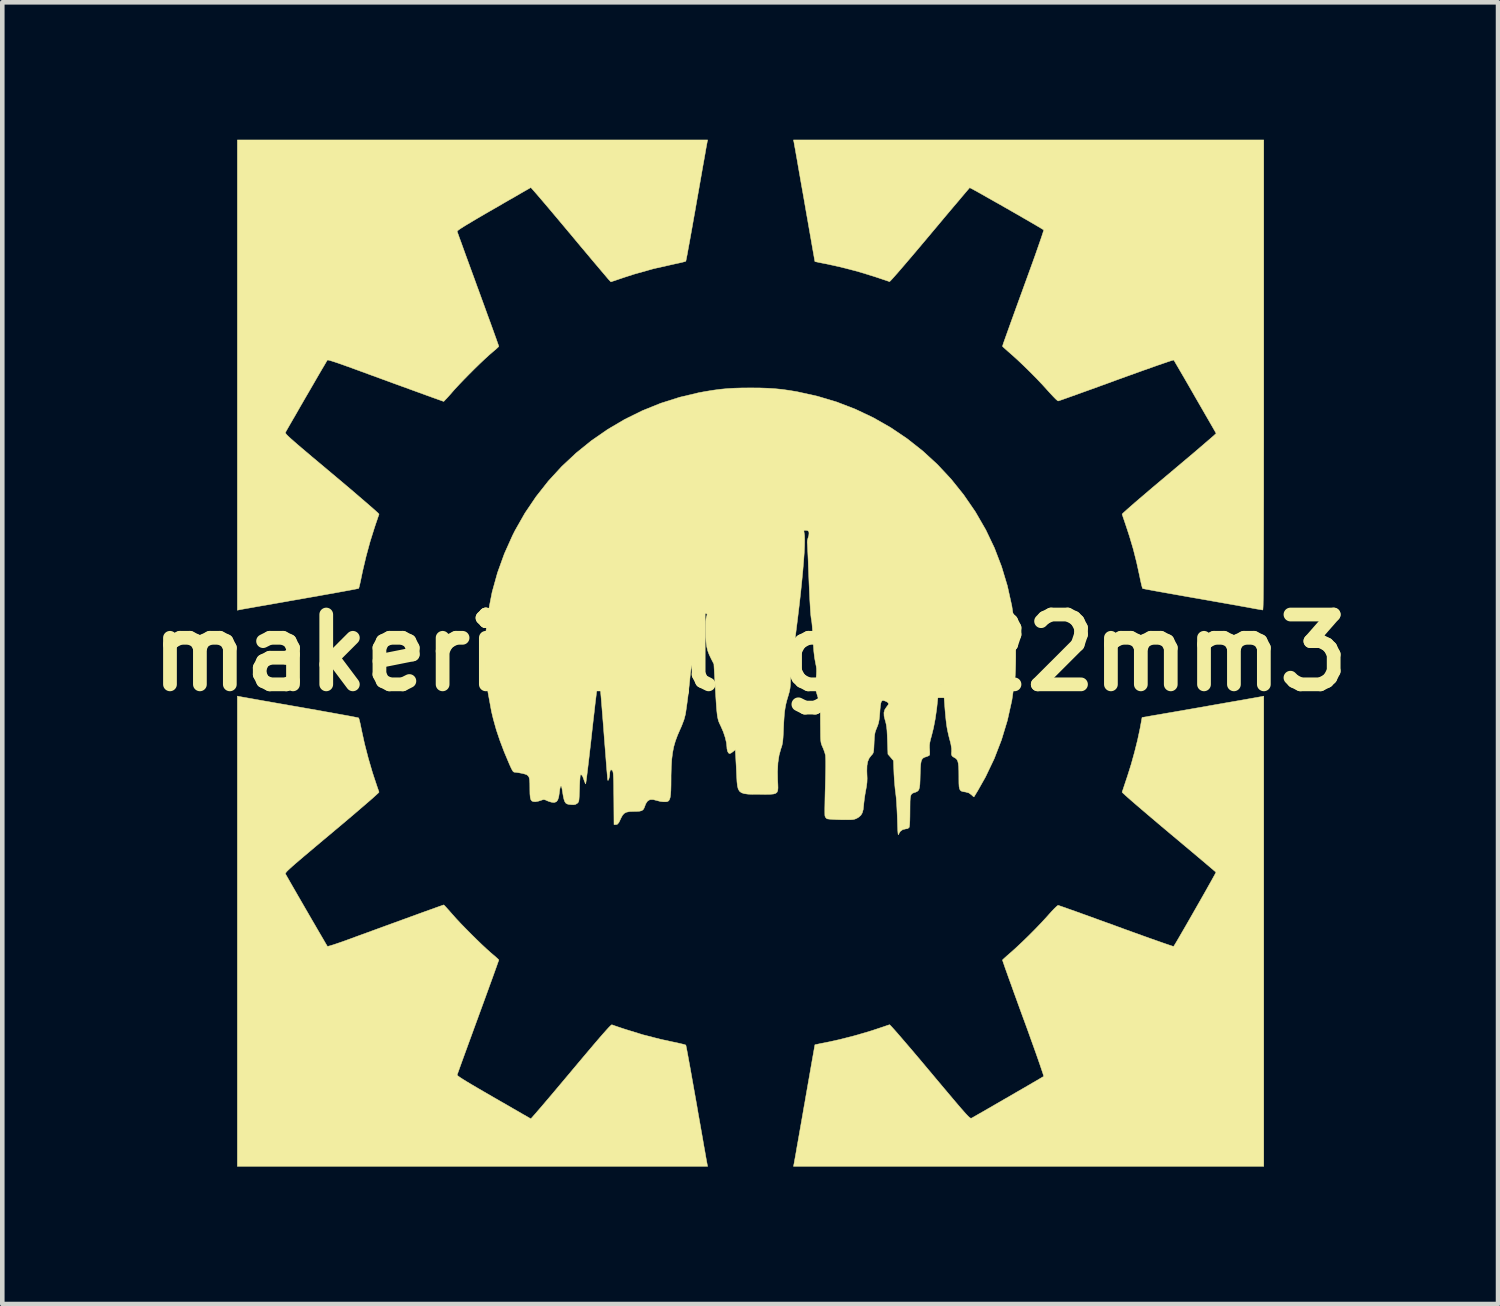
<source format=kicad_pcb>
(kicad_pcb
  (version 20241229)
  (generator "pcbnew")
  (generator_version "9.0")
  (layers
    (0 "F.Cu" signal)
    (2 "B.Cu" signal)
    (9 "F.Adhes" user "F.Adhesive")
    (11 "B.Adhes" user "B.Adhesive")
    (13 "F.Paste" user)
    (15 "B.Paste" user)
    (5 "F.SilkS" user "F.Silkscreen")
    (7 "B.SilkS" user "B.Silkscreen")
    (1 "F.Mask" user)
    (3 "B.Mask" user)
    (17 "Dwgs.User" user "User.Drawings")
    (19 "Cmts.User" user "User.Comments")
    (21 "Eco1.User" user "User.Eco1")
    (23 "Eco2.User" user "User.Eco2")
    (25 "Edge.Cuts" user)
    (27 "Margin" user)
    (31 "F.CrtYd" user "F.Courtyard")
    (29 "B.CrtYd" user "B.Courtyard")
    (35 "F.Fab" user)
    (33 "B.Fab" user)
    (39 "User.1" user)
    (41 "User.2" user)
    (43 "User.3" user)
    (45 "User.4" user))
  (footprint "makeriga_logo_22mm3"
    (layer "F.Cu")
    (at 13.324 11.198)
    (property "Reference" "makeriga_logo_22mm3" (at 0 0 0) (layer "F.SilkS") (effects (font (size 1.524 1.524) (thickness 0.3))))
    (attr through_hole)
    (fp_poly (pts (xy -0.937 -11.155) (xy -0.941 -11.132) (xy -0.951 -11.079) (xy -0.966 -10.998) (xy -0.984 -10.891) (xy -1.007 -10.762) (xy -1.034 -10.613) (xy -1.063 -10.446) (xy -1.095 -10.264) (xy -1.129 -10.07) (xy -1.165 -9.867) (xy -1.17 -9.838) (xy -1.205 -9.635) (xy -1.24 -9.441) (xy -1.272 -9.259) (xy -1.302 -9.092) (xy -1.329 -8.942) (xy -1.353 -8.813) (xy -1.372 -8.706) (xy -1.388 -8.625) (xy -1.399 -8.571) (xy -1.404 -8.547) (xy -1.405 -8.547) (xy -1.425 -8.539) (xy -1.472 -8.526) (xy -1.54 -8.51) (xy -1.624 -8.492) (xy -1.669 -8.482) (xy -2.109 -8.383) (xy -2.539 -8.262) (xy -2.743 -8.196) (xy -3.04 -8.096) (xy -3.084 -8.142) (xy -3.102 -8.162) (xy -3.139 -8.206) (xy -3.195 -8.272) (xy -3.267 -8.357) (xy -3.354 -8.46) (xy -3.454 -8.578) (xy -3.564 -8.71) (xy -3.684 -8.852) (xy -3.811 -9.004) (xy -3.943 -9.163) (xy -3.953 -9.174) (xy -4.085 -9.332) (xy -4.21 -9.481) (xy -4.328 -9.621) (xy -4.436 -9.749) (xy -4.533 -9.863) (xy -4.617 -9.961) (xy -4.686 -10.041) (xy -4.739 -10.101) (xy -4.773 -10.14) (xy -4.788 -10.154) (xy -4.789 -10.154) (xy -4.805 -10.145) (xy -4.848 -10.12) (xy -4.915 -10.082) (xy -5.004 -10.031) (xy -5.11 -9.969) (xy -5.233 -9.899) (xy -5.369 -9.821) (xy -5.514 -9.736) (xy -5.602 -9.686) (xy -5.786 -9.58) (xy -5.942 -9.489) (xy -6.071 -9.412) (xy -6.177 -9.349) (xy -6.259 -9.299) (xy -6.321 -9.259) (xy -6.363 -9.23) (xy -6.387 -9.21) (xy -6.396 -9.198) (xy -6.396 -9.197) (xy -6.389 -9.177) (xy -6.371 -9.127) (xy -6.344 -9.051) (xy -6.307 -8.951) (xy -6.263 -8.829) (xy -6.212 -8.687) (xy -6.154 -8.529) (xy -6.091 -8.356) (xy -6.023 -8.171) (xy -5.953 -7.977) (xy -5.937 -7.935) (xy -5.866 -7.74) (xy -5.798 -7.554) (xy -5.735 -7.379) (xy -5.676 -7.219) (xy -5.624 -7.075) (xy -5.579 -6.95) (xy -5.542 -6.847) (xy -5.514 -6.767) (xy -5.495 -6.714) (xy -5.487 -6.69) (xy -5.486 -6.689) (xy -5.499 -6.673) (xy -5.532 -6.642) (xy -5.58 -6.6) (xy -5.618 -6.568) (xy -5.697 -6.5) (xy -5.793 -6.412) (xy -5.902 -6.309) (xy -6.018 -6.196) (xy -6.135 -6.079) (xy -6.25 -5.962) (xy -6.356 -5.851) (xy -6.449 -5.751) (xy -6.498 -5.695) (xy -6.559 -5.625) (xy -6.613 -5.565) (xy -6.656 -5.52) (xy -6.682 -5.492) (xy -6.69 -5.486) (xy -6.708 -5.492) (xy -6.756 -5.509) (xy -6.832 -5.536) (xy -6.935 -5.573) (xy -7.062 -5.619) (xy -7.213 -5.674) (xy -7.386 -5.737) (xy -7.578 -5.807) (xy -7.788 -5.883) (xy -8.014 -5.966) (xy -8.255 -6.054) (xy -8.508 -6.147) (xy -8.773 -6.244) (xy -8.794 -6.251) (xy -8.908 -6.292) (xy -9.011 -6.328) (xy -9.099 -6.357) (xy -9.167 -6.378) (xy -9.211 -6.389) (xy -9.228 -6.39) (xy -9.238 -6.374) (xy -9.263 -6.331) (xy -9.301 -6.266) (xy -9.351 -6.182) (xy -9.41 -6.081) (xy -9.476 -5.967) (xy -9.547 -5.844) (xy -9.622 -5.715) (xy -9.699 -5.583) (xy -9.775 -5.451) (xy -9.849 -5.323) (xy -9.918 -5.202) (xy -9.982 -5.092) (xy -10.038 -4.995) (xy -10.084 -4.915) (xy -10.118 -4.855) (xy -10.138 -4.819) (xy -10.14 -4.814) (xy -10.143 -4.806) (xy -10.142 -4.797) (xy -10.135 -4.784) (xy -10.122 -4.766) (xy -10.099 -4.742) (xy -10.067 -4.711) (xy -10.022 -4.67) (xy -9.964 -4.619) (xy -9.891 -4.555) (xy -9.801 -4.478) (xy -9.692 -4.386) (xy -9.564 -4.277) (xy -9.413 -4.151) (xy -9.239 -4.005) (xy -9.126 -3.91) (xy -8.965 -3.775) (xy -8.812 -3.646) (xy -8.668 -3.524) (xy -8.537 -3.411) (xy -8.419 -3.31) (xy -8.316 -3.221) (xy -8.231 -3.147) (xy -8.166 -3.089) (xy -8.122 -3.049) (xy -8.102 -3.027) (xy -8.101 -3.025) (xy -8.108 -3.003) (xy -8.125 -2.955) (xy -8.148 -2.886) (xy -8.177 -2.802) (xy -8.202 -2.726) (xy -8.297 -2.423) (xy -8.383 -2.106) (xy -8.457 -1.793) (xy -8.484 -1.664) (xy -8.502 -1.576) (xy -8.519 -1.501) (xy -8.533 -1.443) (xy -8.543 -1.41) (xy -8.546 -1.405) (xy -8.565 -1.4) (xy -8.614 -1.39) (xy -8.691 -1.375) (xy -8.794 -1.356) (xy -8.92 -1.333) (xy -9.067 -1.306) (xy -9.231 -1.277) (xy -9.411 -1.245) (xy -9.603 -1.211) (xy -9.806 -1.175) (xy -9.838 -1.169) (xy -10.043 -1.134) (xy -10.238 -1.099) (xy -10.421 -1.067) (xy -10.591 -1.037) (xy -10.743 -1.011) (xy -10.875 -0.987) (xy -10.985 -0.968) (xy -11.07 -0.953) (xy -11.127 -0.942) (xy -11.154 -0.937) (xy -11.155 -0.937) (xy -11.193 -0.928) (xy -11.193 -11.193) (xy -0.928 -11.193) (xy -0.937 -11.155)) (stroke (width 0.01) (type solid)) (fill yes) (layer "F.SilkS"))
    (fp_poly (pts (xy 11.21 11.21) (xy 0.945 11.21) (xy 0.953 11.172) (xy 0.958 11.149) (xy 0.967 11.096) (xy 0.982 11.015) (xy 1.001 10.908) (xy 1.023 10.779) (xy 1.05 10.629) (xy 1.079 10.462) (xy 1.111 10.28) (xy 1.145 10.086) (xy 1.18 9.882) (xy 1.187 9.847) (xy 1.222 9.643) (xy 1.256 9.449) (xy 1.288 9.267) (xy 1.317 9.1) (xy 1.343 8.951) (xy 1.366 8.822) (xy 1.385 8.715) (xy 1.399 8.634) (xy 1.409 8.58) (xy 1.413 8.557) (xy 1.413 8.556) (xy 1.43 8.552) (xy 1.473 8.543) (xy 1.538 8.529) (xy 1.618 8.514) (xy 1.643 8.509) (xy 1.949 8.443) (xy 2.266 8.362) (xy 2.581 8.271) (xy 2.718 8.227) (xy 2.814 8.195) (xy 2.901 8.166) (xy 2.971 8.142) (xy 3.019 8.126) (xy 3.042 8.118) (xy 3.042 8.118) (xy 3.055 8.129) (xy 3.089 8.165) (xy 3.141 8.222) (xy 3.21 8.3) (xy 3.293 8.396) (xy 3.39 8.509) (xy 3.499 8.636) (xy 3.617 8.775) (xy 3.744 8.925) (xy 3.877 9.084) (xy 3.927 9.143) (xy 4.085 9.332) (xy 4.223 9.496) (xy 4.342 9.637) (xy 4.443 9.757) (xy 4.529 9.858) (xy 4.6 9.941) (xy 4.658 10.007) (xy 4.705 10.06) (xy 4.742 10.099) (xy 4.77 10.127) (xy 4.791 10.145) (xy 4.807 10.156) (xy 4.818 10.16) (xy 4.827 10.159) (xy 4.831 10.158) (xy 4.86 10.142) (xy 4.913 10.112) (xy 4.987 10.069) (xy 5.079 10.017) (xy 5.186 9.955) (xy 5.304 9.887) (xy 5.43 9.814) (xy 5.561 9.738) (xy 5.694 9.662) (xy 5.824 9.586) (xy 5.949 9.514) (xy 6.066 9.446) (xy 6.17 9.385) (xy 6.26 9.333) (xy 6.331 9.291) (xy 6.38 9.262) (xy 6.405 9.247) (xy 6.407 9.246) (xy 6.403 9.228) (xy 6.389 9.181) (xy 6.364 9.107) (xy 6.331 9.009) (xy 6.289 8.888) (xy 6.24 8.748) (xy 6.184 8.591) (xy 6.122 8.419) (xy 6.056 8.234) (xy 5.985 8.04) (xy 5.961 7.975) (xy 5.889 7.778) (xy 5.821 7.59) (xy 5.757 7.414) (xy 5.699 7.251) (xy 5.646 7.106) (xy 5.601 6.979) (xy 5.563 6.873) (xy 5.535 6.791) (xy 5.516 6.736) (xy 5.507 6.709) (xy 5.507 6.706) (xy 5.521 6.691) (xy 5.556 6.659) (xy 5.607 6.613) (xy 5.669 6.559) (xy 5.69 6.541) (xy 5.809 6.434) (xy 5.943 6.308) (xy 6.085 6.17) (xy 6.228 6.026) (xy 6.364 5.884) (xy 6.487 5.75) (xy 6.518 5.715) (xy 6.58 5.646) (xy 6.636 5.587) (xy 6.682 5.543) (xy 6.713 5.517) (xy 6.722 5.513) (xy 6.742 5.519) (xy 6.791 5.536) (xy 6.867 5.562) (xy 6.967 5.598) (xy 7.089 5.641) (xy 7.23 5.692) (xy 7.389 5.749) (xy 7.562 5.812) (xy 7.747 5.879) (xy 7.941 5.949) (xy 7.99 5.967) (xy 8.186 6.039) (xy 8.372 6.106) (xy 8.547 6.169) (xy 8.708 6.227) (xy 8.853 6.278) (xy 8.978 6.322) (xy 9.082 6.358) (xy 9.162 6.385) (xy 9.216 6.403) (xy 9.241 6.41) (xy 9.242 6.41) (xy 9.255 6.391) (xy 9.282 6.347) (xy 9.322 6.28) (xy 9.372 6.194) (xy 9.431 6.092) (xy 9.498 5.977) (xy 9.569 5.853) (xy 9.644 5.722) (xy 9.72 5.589) (xy 9.796 5.456) (xy 9.87 5.326) (xy 9.94 5.203) (xy 10.003 5.09) (xy 10.059 4.991) (xy 10.105 4.908) (xy 10.14 4.845) (xy 10.161 4.804) (xy 10.167 4.79) (xy 10.154 4.778) (xy 10.116 4.746) (xy 10.056 4.695) (xy 9.976 4.627) (xy 9.878 4.544) (xy 9.764 4.448) (xy 9.636 4.34) (xy 9.496 4.223) (xy 9.345 4.096) (xy 9.186 3.963) (xy 9.135 3.92) (xy 8.974 3.785) (xy 8.822 3.656) (xy 8.679 3.535) (xy 8.548 3.423) (xy 8.431 3.323) (xy 8.329 3.235) (xy 8.245 3.161) (xy 8.181 3.104) (xy 8.138 3.064) (xy 8.119 3.044) (xy 8.118 3.042) (xy 8.125 3.021) (xy 8.142 2.972) (xy 8.165 2.902) (xy 8.194 2.815) (xy 8.227 2.716) (xy 8.235 2.692) (xy 8.316 2.435) (xy 8.39 2.168) (xy 8.456 1.904) (xy 8.509 1.656) (xy 8.518 1.608) (xy 8.554 1.412) (xy 8.819 1.366) (xy 8.923 1.349) (xy 9.047 1.327) (xy 9.188 1.303) (xy 9.343 1.276) (xy 9.509 1.247) (xy 9.682 1.217) (xy 9.86 1.186) (xy 10.039 1.154) (xy 10.215 1.123) (xy 10.386 1.093) (xy 10.548 1.065) (xy 10.698 1.039) (xy 10.833 1.015) (xy 10.949 0.994) (xy 11.043 0.978) (xy 11.113 0.965) (xy 11.154 0.958) (xy 11.163 0.956) (xy 11.21 0.946) (xy 11.21 11.21)) (stroke (width 0.01) (type solid)) (fill yes) (layer "F.SilkS"))
    (fp_poly (pts (xy -11.155 0.954) (xy -11.132 0.958) (xy -11.079 0.968) (xy -10.998 0.982) (xy -10.891 1.001) (xy -10.762 1.024) (xy -10.613 1.051) (xy -10.446 1.08) (xy -10.264 1.112) (xy -10.07 1.146) (xy -9.867 1.181) (xy -9.838 1.186) (xy -9.635 1.222) (xy -9.441 1.256) (xy -9.259 1.289) (xy -9.092 1.319) (xy -8.942 1.346) (xy -8.813 1.369) (xy -8.706 1.389) (xy -8.624 1.405) (xy -8.57 1.416) (xy -8.547 1.422) (xy -8.546 1.422) (xy -8.538 1.442) (xy -8.525 1.49) (xy -8.509 1.558) (xy -8.492 1.641) (xy -8.484 1.681) (xy -8.417 1.987) (xy -8.335 2.304) (xy -8.244 2.615) (xy -8.202 2.743) (xy -8.171 2.836) (xy -8.144 2.917) (xy -8.121 2.983) (xy -8.106 3.026) (xy -8.101 3.042) (xy -8.112 3.055) (xy -8.148 3.089) (xy -8.205 3.141) (xy -8.283 3.21) (xy -8.379 3.293) (xy -8.492 3.39) (xy -8.619 3.499) (xy -8.758 3.617) (xy -8.908 3.744) (xy -9.067 3.877) (xy -9.126 3.927) (xy -9.315 4.085) (xy -9.479 4.223) (xy -9.62 4.342) (xy -9.74 4.443) (xy -9.841 4.529) (xy -9.924 4.6) (xy -9.99 4.658) (xy -10.042 4.705) (xy -10.082 4.742) (xy -10.11 4.77) (xy -10.128 4.791) (xy -10.139 4.807) (xy -10.143 4.818) (xy -10.142 4.827) (xy -10.14 4.831) (xy -10.124 4.861) (xy -10.093 4.915) (xy -10.05 4.99) (xy -9.997 5.083) (xy -9.935 5.19) (xy -9.867 5.309) (xy -9.794 5.435) (xy -9.718 5.566) (xy -9.641 5.699) (xy -9.566 5.829) (xy -9.493 5.954) (xy -9.426 6.07) (xy -9.365 6.174) (xy -9.313 6.263) (xy -9.272 6.334) (xy -9.243 6.382) (xy -9.229 6.406) (xy -9.228 6.407) (xy -9.209 6.406) (xy -9.162 6.393) (xy -9.093 6.372) (xy -9.004 6.342) (xy -8.899 6.306) (xy -8.794 6.268) (xy -8.582 6.19) (xy -8.37 6.113) (xy -8.16 6.036) (xy -7.955 5.961) (xy -7.757 5.889) (xy -7.568 5.82) (xy -7.392 5.756) (xy -7.23 5.697) (xy -7.084 5.644) (xy -6.958 5.599) (xy -6.853 5.561) (xy -6.772 5.532) (xy -6.717 5.513) (xy -6.691 5.504) (xy -6.689 5.503) (xy -6.675 5.515) (xy -6.643 5.549) (xy -6.597 5.6) (xy -6.541 5.663) (xy -6.498 5.712) (xy -6.416 5.804) (xy -6.318 5.909) (xy -6.208 6.022) (xy -6.091 6.14) (xy -5.974 6.256) (xy -5.86 6.366) (xy -5.755 6.464) (xy -5.665 6.545) (xy -5.618 6.585) (xy -5.562 6.632) (xy -5.519 6.671) (xy -5.492 6.697) (xy -5.486 6.706) (xy -5.492 6.723) (xy -5.509 6.77) (xy -5.535 6.844) (xy -5.57 6.942) (xy -5.613 7.062) (xy -5.664 7.202) (xy -5.721 7.359) (xy -5.783 7.53) (xy -5.85 7.714) (xy -5.921 7.907) (xy -5.937 7.952) (xy -6.009 8.148) (xy -6.077 8.335) (xy -6.141 8.51) (xy -6.2 8.672) (xy -6.253 8.817) (xy -6.299 8.944) (xy -6.337 9.049) (xy -6.366 9.131) (xy -6.386 9.186) (xy -6.395 9.212) (xy -6.396 9.213) (xy -6.391 9.224) (xy -6.37 9.242) (xy -6.332 9.269) (xy -6.275 9.306) (xy -6.198 9.354) (xy -6.098 9.414) (xy -5.974 9.487) (xy -5.825 9.574) (xy -5.648 9.676) (xy -5.602 9.703) (xy -5.451 9.79) (xy -5.309 9.871) (xy -5.179 9.947) (xy -5.063 10.013) (xy -4.964 10.071) (xy -4.884 10.116) (xy -4.827 10.149) (xy -4.795 10.168) (xy -4.789 10.171) (xy -4.776 10.16) (xy -4.744 10.124) (xy -4.693 10.066) (xy -4.626 9.988) (xy -4.543 9.892) (xy -4.447 9.779) (xy -4.339 9.652) (xy -4.221 9.512) (xy -4.095 9.362) (xy -3.962 9.204) (xy -3.911 9.143) (xy -3.746 8.946) (xy -3.601 8.774) (xy -3.475 8.625) (xy -3.368 8.499) (xy -3.277 8.393) (xy -3.202 8.307) (xy -3.141 8.239) (xy -3.094 8.187) (xy -3.059 8.151) (xy -3.035 8.129) (xy -3.021 8.12) (xy -3.017 8.12) (xy -2.992 8.129) (xy -2.941 8.147) (xy -2.87 8.171) (xy -2.784 8.2) (xy -2.716 8.222) (xy -2.34 8.338) (xy -1.962 8.435) (xy -1.695 8.493) (xy -1.602 8.512) (xy -1.521 8.531) (xy -1.457 8.546) (xy -1.417 8.558) (xy -1.405 8.563) (xy -1.4 8.581) (xy -1.39 8.631) (xy -1.375 8.708) (xy -1.356 8.811) (xy -1.333 8.937) (xy -1.306 9.084) (xy -1.277 9.248) (xy -1.245 9.428) (xy -1.211 9.62) (xy -1.175 9.822) (xy -1.169 9.855) (xy -1.134 10.06) (xy -1.099 10.255) (xy -1.067 10.438) (xy -1.037 10.608) (xy -1.011 10.76) (xy -0.987 10.892) (xy -0.968 11.002) (xy -0.953 11.087) (xy -0.942 11.144) (xy -0.937 11.171) (xy -0.937 11.172) (xy -0.928 11.21) (xy -11.193 11.21) (xy -11.193 0.945) (xy -11.155 0.954)) (stroke (width 0.01) (type solid)) (fill yes) (layer "F.SilkS"))
    (fp_poly (pts (xy 11.21 -6.062) (xy 11.21 -5.551) (xy 11.21 -5.073) (xy 11.21 -4.627) (xy 11.209 -4.212) (xy 11.209 -3.827) (xy 11.209 -3.471) (xy 11.208 -3.143) (xy 11.208 -2.842) (xy 11.207 -2.568) (xy 11.207 -2.318) (xy 11.206 -2.093) (xy 11.205 -1.891) (xy 11.204 -1.712) (xy 11.203 -1.554) (xy 11.202 -1.416) (xy 11.201 -1.298) (xy 11.2 -1.198) (xy 11.198 -1.116) (xy 11.197 -1.05) (xy 11.195 -1) (xy 11.193 -0.964) (xy 11.191 -0.943) (xy 11.189 -0.934) (xy 11.189 -0.933) (xy 11.166 -0.937) (xy 11.115 -0.946) (xy 11.043 -0.958) (xy 10.955 -0.974) (xy 10.871 -0.99) (xy 10.799 -1.003) (xy 10.697 -1.021) (xy 10.571 -1.044) (xy 10.423 -1.07) (xy 10.259 -1.099) (xy 10.082 -1.13) (xy 9.897 -1.163) (xy 9.707 -1.196) (xy 9.576 -1.219) (xy 9.396 -1.251) (xy 9.227 -1.281) (xy 9.07 -1.309) (xy 8.929 -1.334) (xy 8.807 -1.356) (xy 8.706 -1.375) (xy 8.631 -1.389) (xy 8.582 -1.399) (xy 8.565 -1.404) (xy 8.558 -1.423) (xy 8.545 -1.47) (xy 8.529 -1.538) (xy 8.511 -1.622) (xy 8.5 -1.676) (xy 8.434 -1.978) (xy 8.362 -2.262) (xy 8.278 -2.545) (xy 8.227 -2.701) (xy 8.195 -2.797) (xy 8.166 -2.883) (xy 8.142 -2.953) (xy 8.126 -3.002) (xy 8.118 -3.024) (xy 8.118 -3.024) (xy 8.129 -3.038) (xy 8.165 -3.072) (xy 8.222 -3.123) (xy 8.3 -3.192) (xy 8.396 -3.276) (xy 8.509 -3.373) (xy 8.636 -3.481) (xy 8.775 -3.6) (xy 8.925 -3.726) (xy 9.084 -3.86) (xy 9.144 -3.91) (xy 9.305 -4.046) (xy 9.458 -4.175) (xy 9.602 -4.296) (xy 9.734 -4.408) (xy 9.852 -4.509) (xy 9.954 -4.597) (xy 10.039 -4.67) (xy 10.105 -4.727) (xy 10.149 -4.767) (xy 10.17 -4.787) (xy 10.171 -4.789) (xy 10.053 -4.995) (xy 9.938 -5.194) (xy 9.828 -5.385) (xy 9.724 -5.565) (xy 9.628 -5.733) (xy 9.539 -5.887) (xy 9.46 -6.024) (xy 9.391 -6.142) (xy 9.334 -6.24) (xy 9.29 -6.315) (xy 9.261 -6.365) (xy 9.246 -6.388) (xy 9.245 -6.39) (xy 9.228 -6.386) (xy 9.181 -6.372) (xy 9.107 -6.348) (xy 9.009 -6.314) (xy 8.889 -6.273) (xy 8.749 -6.223) (xy 8.592 -6.168) (xy 8.42 -6.106) (xy 8.236 -6.04) (xy 8.042 -5.97) (xy 7.99 -5.951) (xy 7.794 -5.879) (xy 7.606 -5.811) (xy 7.43 -5.747) (xy 7.268 -5.689) (xy 7.122 -5.636) (xy 6.995 -5.591) (xy 6.889 -5.553) (xy 6.807 -5.524) (xy 6.751 -5.505) (xy 6.724 -5.497) (xy 6.722 -5.496) (xy 6.703 -5.508) (xy 6.666 -5.541) (xy 6.616 -5.592) (xy 6.557 -5.655) (xy 6.516 -5.7) (xy 6.396 -5.833) (xy 6.261 -5.976) (xy 6.117 -6.122) (xy 5.972 -6.264) (xy 5.833 -6.396) (xy 5.707 -6.509) (xy 5.69 -6.524) (xy 5.625 -6.581) (xy 5.57 -6.63) (xy 5.529 -6.667) (xy 5.509 -6.687) (xy 5.507 -6.69) (xy 5.512 -6.707) (xy 5.527 -6.754) (xy 5.553 -6.828) (xy 5.588 -6.926) (xy 5.631 -7.046) (xy 5.681 -7.186) (xy 5.738 -7.343) (xy 5.8 -7.515) (xy 5.867 -7.7) (xy 5.938 -7.894) (xy 5.961 -7.958) (xy 6.033 -8.156) (xy 6.101 -8.344) (xy 6.165 -8.52) (xy 6.223 -8.682) (xy 6.274 -8.828) (xy 6.318 -8.955) (xy 6.355 -9.061) (xy 6.382 -9.143) (xy 6.4 -9.199) (xy 6.407 -9.226) (xy 6.407 -9.229) (xy 6.387 -9.242) (xy 6.341 -9.27) (xy 6.274 -9.31) (xy 6.187 -9.361) (xy 6.084 -9.421) (xy 5.969 -9.487) (xy 5.845 -9.559) (xy 5.714 -9.634) (xy 5.581 -9.71) (xy 5.448 -9.786) (xy 5.318 -9.859) (xy 5.196 -9.928) (xy 5.084 -9.992) (xy 4.986 -10.047) (xy 4.904 -10.092) (xy 4.842 -10.126) (xy 4.803 -10.146) (xy 4.791 -10.151) (xy 4.779 -10.137) (xy 4.746 -10.099) (xy 4.695 -10.039) (xy 4.627 -9.959) (xy 4.545 -9.861) (xy 4.448 -9.747) (xy 4.34 -9.619) (xy 4.222 -9.479) (xy 4.096 -9.328) (xy 3.963 -9.17) (xy 3.92 -9.118) (xy 3.785 -8.958) (xy 3.656 -8.805) (xy 3.535 -8.662) (xy 3.423 -8.531) (xy 3.323 -8.414) (xy 3.235 -8.312) (xy 3.161 -8.228) (xy 3.104 -8.164) (xy 3.064 -8.121) (xy 3.044 -8.102) (xy 3.042 -8.101) (xy 3.02 -8.108) (xy 2.972 -8.125) (xy 2.902 -8.148) (xy 2.816 -8.177) (xy 2.72 -8.209) (xy 2.714 -8.211) (xy 2.342 -8.325) (xy 1.957 -8.424) (xy 1.643 -8.492) (xy 1.56 -8.508) (xy 1.491 -8.522) (xy 1.44 -8.533) (xy 1.415 -8.539) (xy 1.413 -8.539) (xy 1.41 -8.556) (xy 1.401 -8.604) (xy 1.388 -8.68) (xy 1.37 -8.781) (xy 1.348 -8.906) (xy 1.323 -9.051) (xy 1.294 -9.215) (xy 1.263 -9.394) (xy 1.229 -9.586) (xy 1.194 -9.788) (xy 1.187 -9.83) (xy 1.151 -10.035) (xy 1.116 -10.231) (xy 1.084 -10.415) (xy 1.054 -10.585) (xy 1.028 -10.738) (xy 1.004 -10.871) (xy 0.985 -10.982) (xy 0.969 -11.067) (xy 0.959 -11.125) (xy 0.954 -11.153) (xy 0.953 -11.155) (xy 0.945 -11.193) (xy 11.21 -11.193) (xy 11.21 -6.062)) (stroke (width 0.01) (type solid)) (fill yes) (layer "F.SilkS"))
    (fp_poly (pts (xy 0.207 -5.78) (xy 0.381 -5.774) (xy 0.539 -5.764) (xy 0.693 -5.749) (xy 0.849 -5.727) (xy 1.018 -5.699) (xy 1.033 -5.696) (xy 1.467 -5.6) (xy 1.888 -5.474) (xy 2.296 -5.317) (xy 2.69 -5.13) (xy 3.067 -4.915) (xy 3.426 -4.673) (xy 3.767 -4.404) (xy 4.087 -4.11) (xy 4.385 -3.791) (xy 4.661 -3.447) (xy 4.912 -3.082) (xy 4.926 -3.059) (xy 5.144 -2.681) (xy 5.331 -2.289) (xy 5.487 -1.882) (xy 5.614 -1.461) (xy 5.711 -1.024) (xy 5.777 -0.584) (xy 5.785 -0.489) (xy 5.791 -0.367) (xy 5.795 -0.226) (xy 5.797 -0.074) (xy 5.797 0.082) (xy 5.795 0.235) (xy 5.791 0.377) (xy 5.785 0.5) (xy 5.777 0.591) (xy 5.712 1.039) (xy 5.615 1.475) (xy 5.486 1.9) (xy 5.327 2.312) (xy 5.137 2.71) (xy 4.97 3.006) (xy 4.934 3.065) (xy 4.906 3.112) (xy 4.888 3.141) (xy 4.885 3.146) (xy 4.872 3.139) (xy 4.844 3.114) (xy 4.831 3.101) (xy 4.774 3.06) (xy 4.701 3.039) (xy 4.698 3.039) (xy 4.648 3.031) (xy 4.611 3.02) (xy 4.586 3.001) (xy 4.57 2.969) (xy 4.56 2.921) (xy 4.556 2.849) (xy 4.555 2.751) (xy 4.555 2.701) (xy 4.554 2.577) (xy 4.55 2.483) (xy 4.542 2.414) (xy 4.53 2.364) (xy 4.511 2.329) (xy 4.486 2.304) (xy 4.464 2.292) (xy 4.418 2.264) (xy 4.396 2.233) (xy 4.393 2.189) (xy 4.397 2.158) (xy 4.396 2.087) (xy 4.38 1.991) (xy 4.369 1.946) (xy 4.345 1.857) (xy 4.326 1.778) (xy 4.31 1.705) (xy 4.296 1.632) (xy 4.285 1.555) (xy 4.274 1.467) (xy 4.264 1.365) (xy 4.253 1.243) (xy 4.242 1.095) (xy 4.233 0.974) (xy 4.223 0.86) (xy 4.212 0.779) (xy 4.2 0.729) (xy 4.191 0.713) (xy 4.168 0.697) (xy 4.149 0.702) (xy 4.133 0.732) (xy 4.119 0.788) (xy 4.107 0.874) (xy 4.099 0.961) (xy 4.072 1.217) (xy 4.039 1.445) (xy 4.001 1.643) (xy 3.961 1.804) (xy 3.936 1.894) (xy 3.921 1.962) (xy 3.914 2.019) (xy 3.914 2.076) (xy 3.916 2.098) (xy 3.919 2.158) (xy 3.919 2.207) (xy 3.917 2.231) (xy 3.897 2.248) (xy 3.856 2.265) (xy 3.843 2.269) (xy 3.801 2.283) (xy 3.77 2.302) (xy 3.748 2.33) (xy 3.732 2.373) (xy 3.722 2.434) (xy 3.716 2.519) (xy 3.712 2.632) (xy 3.711 2.666) (xy 3.708 2.783) (xy 3.704 2.872) (xy 3.696 2.936) (xy 3.684 2.981) (xy 3.666 3.011) (xy 3.64 3.03) (xy 3.606 3.045) (xy 3.595 3.048) (xy 3.56 3.06) (xy 3.534 3.074) (xy 3.515 3.095) (xy 3.502 3.127) (xy 3.494 3.174) (xy 3.49 3.242) (xy 3.489 3.335) (xy 3.488 3.45) (xy 3.487 3.565) (xy 3.485 3.664) (xy 3.481 3.741) (xy 3.475 3.792) (xy 3.471 3.811) (xy 3.439 3.838) (xy 3.397 3.844) (xy 3.33 3.86) (xy 3.274 3.901) (xy 3.239 3.961) (xy 3.237 3.968) (xy 3.232 3.973) (xy 3.227 3.945) (xy 3.222 3.885) (xy 3.218 3.791) (xy 3.214 3.665) (xy 3.213 3.632) (xy 3.208 3.507) (xy 3.202 3.382) (xy 3.195 3.264) (xy 3.187 3.161) (xy 3.178 3.082) (xy 3.176 3.065) (xy 3.165 2.981) (xy 3.155 2.875) (xy 3.146 2.76) (xy 3.139 2.647) (xy 3.138 2.621) (xy 3.128 2.354) (xy 3.068 2.284) (xy 3.007 2.213) (xy 2.996 1.907) (xy 2.991 1.786) (xy 2.986 1.692) (xy 2.978 1.618) (xy 2.968 1.557) (xy 2.955 1.502) (xy 2.947 1.477) (xy 2.923 1.382) (xy 2.92 1.307) (xy 2.937 1.244) (xy 2.976 1.184) (xy 2.982 1.177) (xy 3.015 1.133) (xy 3.019 1.102) (xy 2.993 1.076) (xy 2.95 1.055) (xy 2.914 1.043) (xy 2.886 1.043) (xy 2.867 1.059) (xy 2.853 1.096) (xy 2.843 1.157) (xy 2.834 1.246) (xy 2.831 1.296) (xy 2.823 1.394) (xy 2.814 1.469) (xy 2.802 1.528) (xy 2.786 1.582) (xy 2.765 1.634) (xy 2.743 1.688) (xy 2.727 1.737) (xy 2.717 1.789) (xy 2.711 1.854) (xy 2.706 1.941) (xy 2.705 1.97) (xy 2.701 2.06) (xy 2.697 2.122) (xy 2.691 2.164) (xy 2.682 2.193) (xy 2.667 2.216) (xy 2.647 2.238) (xy 2.642 2.243) (xy 2.596 2.303) (xy 2.566 2.375) (xy 2.55 2.464) (xy 2.547 2.577) (xy 2.549 2.642) (xy 2.553 2.742) (xy 2.55 2.828) (xy 2.539 2.915) (xy 2.524 2.997) (xy 2.507 3.092) (xy 2.492 3.195) (xy 2.481 3.288) (xy 2.478 3.323) (xy 2.467 3.422) (xy 2.447 3.494) (xy 2.416 3.547) (xy 2.37 3.588) (xy 2.333 3.61) (xy 2.304 3.624) (xy 2.275 3.634) (xy 2.241 3.641) (xy 2.195 3.644) (xy 2.13 3.645) (xy 2.041 3.644) (xy 1.983 3.644) (xy 1.887 3.641) (xy 1.802 3.637) (xy 1.733 3.632) (xy 1.688 3.626) (xy 1.674 3.622) (xy 1.646 3.594) (xy 1.632 3.562) (xy 1.63 3.536) (xy 1.629 3.48) (xy 1.629 3.398) (xy 1.631 3.295) (xy 1.633 3.174) (xy 1.636 3.041) (xy 1.64 2.915) (xy 1.644 2.753) (xy 1.647 2.607) (xy 1.649 2.48) (xy 1.649 2.375) (xy 1.647 2.296) (xy 1.644 2.246) (xy 1.643 2.235) (xy 1.627 2.177) (xy 1.602 2.107) (xy 1.582 2.059) (xy 1.567 2.026) (xy 1.556 1.997) (xy 1.548 1.967) (xy 1.542 1.929) (xy 1.538 1.88) (xy 1.536 1.814) (xy 1.535 1.726) (xy 1.534 1.611) (xy 1.533 1.551) (xy 1.531 1.143) (xy 1.474 0.957) (xy 1.418 0.77) (xy 1.438 0.565) (xy 1.446 0.474) (xy 1.449 0.406) (xy 1.448 0.349) (xy 1.441 0.294) (xy 1.428 0.229) (xy 1.423 0.204) (xy 1.405 0.104) (xy 1.39 -0.023) (xy 1.378 -0.181) (xy 1.371 -0.302) (xy 1.366 -0.412) (xy 1.359 -0.515) (xy 1.352 -0.604) (xy 1.345 -0.673) (xy 1.338 -0.716) (xy 1.338 -0.72) (xy 1.331 -0.756) (xy 1.324 -0.816) (xy 1.317 -0.901) (xy 1.31 -1.011) (xy 1.302 -1.15) (xy 1.294 -1.317) (xy 1.285 -1.514) (xy 1.276 -1.743) (xy 1.27 -1.888) (xy 1.266 -2.013) (xy 1.261 -2.129) (xy 1.256 -2.231) (xy 1.252 -2.314) (xy 1.249 -2.373) (xy 1.246 -2.403) (xy 1.246 -2.404) (xy 1.248 -2.447) (xy 1.261 -2.5) (xy 1.264 -2.508) (xy 1.28 -2.562) (xy 1.284 -2.613) (xy 1.284 -2.619) (xy 1.275 -2.653) (xy 1.25 -2.668) (xy 1.222 -2.672) (xy 1.184 -2.674) (xy 1.172 -2.663) (xy 1.176 -2.63) (xy 1.178 -2.622) (xy 1.187 -2.558) (xy 1.189 -2.462) (xy 1.187 -2.337) (xy 1.18 -2.182) (xy 1.167 -2.001) (xy 1.15 -1.794) (xy 1.128 -1.564) (xy 1.102 -1.311) (xy 1.071 -1.038) (xy 1.036 -0.746) (xy 0.997 -0.437) (xy 0.955 -0.112) (xy 0.949 -0.068) (xy 0.927 0.099) (xy 0.909 0.252) (xy 0.895 0.387) (xy 0.885 0.499) (xy 0.881 0.583) (xy 0.881 0.603) (xy 0.878 0.699) (xy 0.87 0.778) (xy 0.854 0.857) (xy 0.831 0.937) (xy 0.802 1.033) (xy 0.78 1.119) (xy 0.764 1.203) (xy 0.751 1.292) (xy 0.742 1.394) (xy 0.734 1.516) (xy 0.728 1.643) (xy 0.723 1.761) (xy 0.718 1.852) (xy 0.712 1.922) (xy 0.704 1.977) (xy 0.694 2.024) (xy 0.68 2.069) (xy 0.671 2.093) (xy 0.631 2.238) (xy 0.606 2.404) (xy 0.597 2.596) (xy 0.6 2.778) (xy 0.605 2.876) (xy 0.607 2.951) (xy 0.602 3.006) (xy 0.586 3.044) (xy 0.556 3.069) (xy 0.508 3.083) (xy 0.437 3.089) (xy 0.34 3.091) (xy 0.214 3.09) (xy 0.206 3.09) (xy 0.065 3.09) (xy -0.045 3.086) (xy -0.129 3.075) (xy -0.19 3.055) (xy -0.233 3.022) (xy -0.261 2.974) (xy -0.278 2.906) (xy -0.288 2.817) (xy -0.294 2.703) (xy -0.295 2.684) (xy -0.3 2.579) (xy -0.305 2.468) (xy -0.311 2.365) (xy -0.315 2.282) (xy -0.325 2.117) (xy -0.376 2.159) (xy -0.414 2.187) (xy -0.446 2.201) (xy -0.45 2.201) (xy -0.475 2.186) (xy -0.495 2.146) (xy -0.507 2.089) (xy -0.508 2.061) (xy -0.518 1.964) (xy -0.545 1.849) (xy -0.586 1.726) (xy -0.637 1.609) (xy -0.657 1.567) (xy -0.674 1.531) (xy -0.688 1.496) (xy -0.699 1.459) (xy -0.709 1.416) (xy -0.718 1.364) (xy -0.725 1.3) (xy -0.733 1.22) (xy -0.74 1.12) (xy -0.748 0.998) (xy -0.757 0.849) (xy -0.767 0.67) (xy -0.769 0.643) (xy -0.792 0.246) (xy -0.853 0.127) (xy -0.895 0.039) (xy -0.927 -0.045) (xy -0.948 -0.133) (xy -0.962 -0.231) (xy -0.97 -0.348) (xy -0.972 -0.483) (xy -0.972 -0.599) (xy -0.969 -0.686) (xy -0.963 -0.746) (xy -0.955 -0.784) (xy -0.951 -0.793) (xy -0.939 -0.834) (xy -0.955 -0.857) (xy -0.996 -0.859) (xy -1.002 -0.858) (xy -1.018 -0.853) (xy -1.029 -0.843) (xy -1.036 -0.823) (xy -1.04 -0.788) (xy -1.042 -0.731) (xy -1.043 -0.648) (xy -1.043 -0.615) (xy -1.048 -0.454) (xy -1.062 -0.316) (xy -1.089 -0.192) (xy -1.129 -0.071) (xy -1.185 0.058) (xy -1.186 0.059) (xy -1.234 0.167) (xy -1.268 0.26) (xy -1.29 0.352) (xy -1.305 0.457) (xy -1.312 0.525) (xy -1.32 0.613) (xy -1.332 0.723) (xy -1.346 0.845) (xy -1.361 0.972) (xy -1.377 1.095) (xy -1.393 1.207) (xy -1.406 1.298) (xy -1.413 1.342) (xy -1.444 1.46) (xy -1.497 1.599) (xy -1.53 1.673) (xy -1.587 1.804) (xy -1.633 1.929) (xy -1.669 2.054) (xy -1.694 2.185) (xy -1.712 2.33) (xy -1.722 2.493) (xy -1.727 2.681) (xy -1.727 2.756) (xy -1.728 2.896) (xy -1.731 3.007) (xy -1.737 3.091) (xy -1.745 3.152) (xy -1.758 3.196) (xy -1.774 3.225) (xy -1.795 3.243) (xy -1.833 3.253) (xy -1.892 3.253) (xy -1.96 3.245) (xy -2.026 3.228) (xy -2.03 3.227) (xy -2.119 3.204) (xy -2.187 3.206) (xy -2.239 3.236) (xy -2.278 3.294) (xy -2.294 3.335) (xy -2.315 3.39) (xy -2.338 3.427) (xy -2.371 3.448) (xy -2.42 3.459) (xy -2.493 3.463) (xy -2.533 3.463) (xy -2.628 3.466) (xy -2.697 3.479) (xy -2.747 3.504) (xy -2.785 3.545) (xy -2.815 3.599) (xy -2.84 3.652) (xy -2.863 3.7) (xy -2.868 3.708) (xy -2.9 3.744) (xy -2.93 3.751) (xy -2.972 3.751) (xy -2.976 3.176) (xy -2.978 3.019) (xy -2.979 2.893) (xy -2.981 2.794) (xy -2.984 2.718) (xy -2.987 2.662) (xy -2.991 2.622) (xy -2.996 2.596) (xy -3.003 2.579) (xy -3.009 2.57) (xy -3.036 2.552) (xy -3.054 2.567) (xy -3.064 2.613) (xy -3.065 2.645) (xy -3.071 2.702) (xy -3.084 2.753) (xy -3.085 2.755) (xy -3.099 2.785) (xy -3.106 2.787) (xy -3.111 2.766) (xy -3.114 2.744) (xy -3.118 2.69) (xy -3.125 2.608) (xy -3.134 2.502) (xy -3.144 2.374) (xy -3.155 2.227) (xy -3.168 2.064) (xy -3.182 1.889) (xy -3.196 1.703) (xy -3.198 1.67) (xy -3.213 1.484) (xy -3.227 1.308) (xy -3.24 1.145) (xy -3.252 0.997) (xy -3.263 0.869) (xy -3.273 0.762) (xy -3.281 0.679) (xy -3.287 0.624) (xy -3.29 0.599) (xy -3.291 0.598) (xy -3.31 0.597) (xy -3.316 0.602) (xy -3.321 0.621) (xy -3.328 0.671) (xy -3.339 0.749) (xy -3.352 0.853) (xy -3.367 0.978) (xy -3.385 1.124) (xy -3.403 1.286) (xy -3.424 1.462) (xy -3.445 1.649) (xy -3.455 1.74) (xy -3.476 1.931) (xy -3.497 2.112) (xy -3.516 2.279) (xy -3.534 2.431) (xy -3.55 2.565) (xy -3.564 2.677) (xy -3.575 2.765) (xy -3.584 2.826) (xy -3.589 2.858) (xy -3.59 2.862) (xy -3.6 2.847) (xy -3.616 2.809) (xy -3.63 2.769) (xy -3.655 2.701) (xy -3.679 2.666) (xy -3.7 2.663) (xy -3.705 2.667) (xy -3.71 2.687) (xy -3.714 2.735) (xy -3.719 2.805) (xy -3.723 2.892) (xy -3.725 2.966) (xy -3.729 3.071) (xy -3.732 3.148) (xy -3.736 3.201) (xy -3.741 3.237) (xy -3.75 3.259) (xy -3.761 3.275) (xy -3.776 3.288) (xy -3.811 3.309) (xy -3.853 3.317) (xy -3.907 3.315) (xy -3.957 3.31) (xy -3.995 3.3) (xy -4.024 3.282) (xy -4.046 3.25) (xy -4.064 3.201) (xy -4.08 3.13) (xy -4.096 3.032) (xy -4.107 2.966) (xy -4.118 2.92) (xy -4.13 2.907) (xy -4.142 2.924) (xy -4.154 2.971) (xy -4.164 3.045) (xy -4.165 3.055) (xy -4.179 3.148) (xy -4.2 3.212) (xy -4.23 3.251) (xy -4.273 3.267) (xy -4.293 3.268) (xy -4.344 3.26) (xy -4.404 3.241) (xy -4.426 3.232) (xy -4.473 3.211) (xy -4.506 3.204) (xy -4.54 3.212) (xy -4.571 3.223) (xy -4.629 3.241) (xy -4.687 3.251) (xy -4.698 3.251) (xy -4.739 3.247) (xy -4.768 3.233) (xy -4.788 3.204) (xy -4.8 3.156) (xy -4.807 3.083) (xy -4.809 2.983) (xy -4.809 2.953) (xy -4.81 2.848) (xy -4.815 2.772) (xy -4.826 2.719) (xy -4.848 2.684) (xy -4.881 2.66) (xy -4.93 2.644) (xy -4.979 2.632) (xy -5.043 2.62) (xy -5.1 2.611) (xy -5.133 2.608) (xy -5.154 2.605) (xy -5.172 2.594) (xy -5.19 2.568) (xy -5.214 2.523) (xy -5.246 2.453) (xy -5.258 2.426) (xy -5.37 2.16) (xy -5.463 1.914) (xy -5.542 1.679) (xy -5.607 1.446) (xy -5.646 1.284) (xy -5.726 0.848) (xy -5.773 0.41) (xy -5.787 -0.028) (xy -5.768 -0.464) (xy -5.716 -0.898) (xy -5.632 -1.326) (xy -5.515 -1.747) (xy -5.366 -2.16) (xy -5.185 -2.564) (xy -5.133 -2.667) (xy -4.917 -3.047) (xy -4.673 -3.408) (xy -4.405 -3.748) (xy -4.113 -4.066) (xy -3.799 -4.36) (xy -3.465 -4.63) (xy -3.111 -4.875) (xy -2.741 -5.093) (xy -2.354 -5.284) (xy -1.953 -5.446) (xy -1.54 -5.577) (xy -1.115 -5.678) (xy -0.965 -5.705) (xy -0.799 -5.732) (xy -0.647 -5.752) (xy -0.5 -5.766) (xy -0.347 -5.775) (xy -0.181 -5.78) (xy 0.008 -5.781) (xy 0.207 -5.78)) (stroke (width 0.01) (type solid)) (fill yes) (layer "F.SilkS")))
  (gr_rect
    (start -3 -3)
    (end 29.648 25.413)
    (stroke (width 0.1) (type default))
    (fill no)
    (layer "Edge.Cuts")))
</source>
